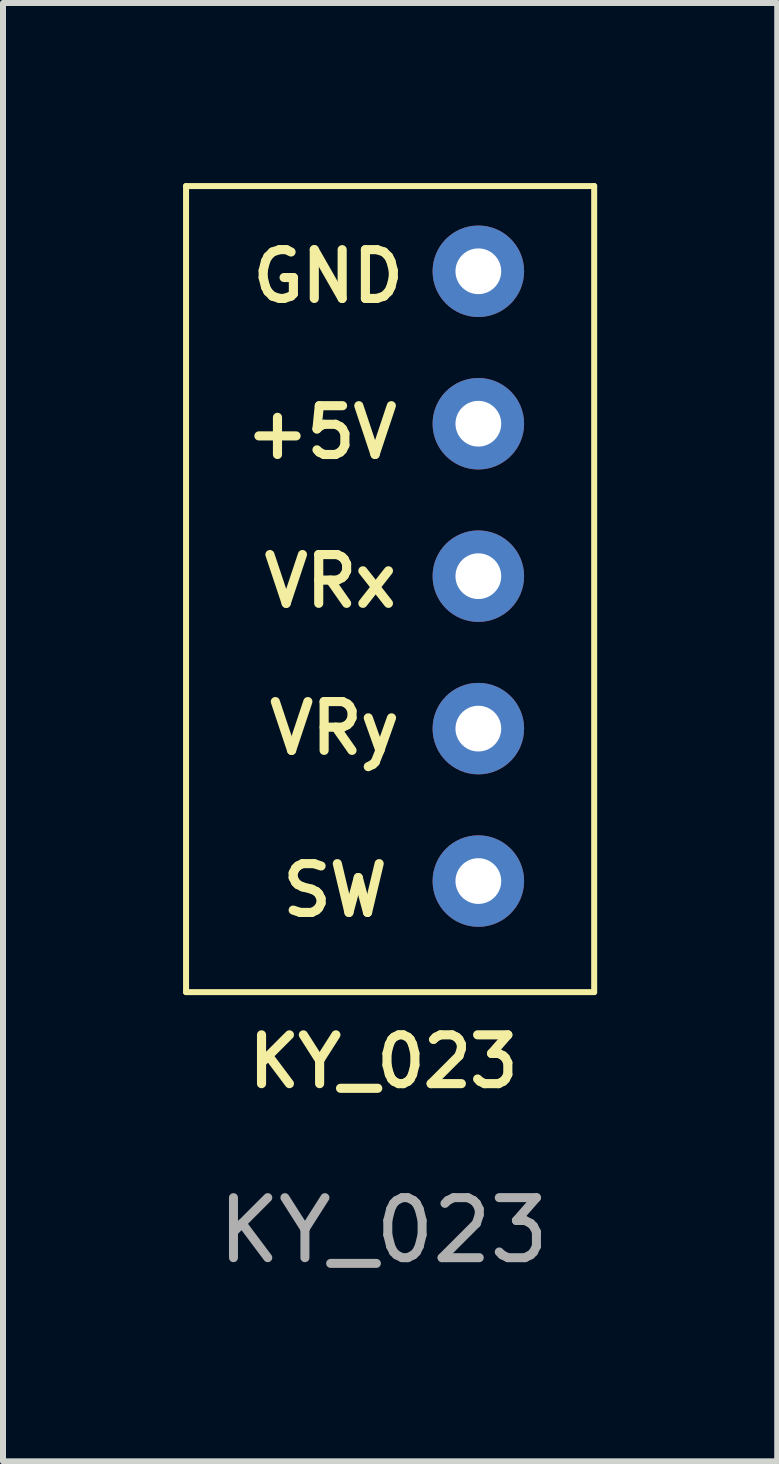
<source format=kicad_pcb>
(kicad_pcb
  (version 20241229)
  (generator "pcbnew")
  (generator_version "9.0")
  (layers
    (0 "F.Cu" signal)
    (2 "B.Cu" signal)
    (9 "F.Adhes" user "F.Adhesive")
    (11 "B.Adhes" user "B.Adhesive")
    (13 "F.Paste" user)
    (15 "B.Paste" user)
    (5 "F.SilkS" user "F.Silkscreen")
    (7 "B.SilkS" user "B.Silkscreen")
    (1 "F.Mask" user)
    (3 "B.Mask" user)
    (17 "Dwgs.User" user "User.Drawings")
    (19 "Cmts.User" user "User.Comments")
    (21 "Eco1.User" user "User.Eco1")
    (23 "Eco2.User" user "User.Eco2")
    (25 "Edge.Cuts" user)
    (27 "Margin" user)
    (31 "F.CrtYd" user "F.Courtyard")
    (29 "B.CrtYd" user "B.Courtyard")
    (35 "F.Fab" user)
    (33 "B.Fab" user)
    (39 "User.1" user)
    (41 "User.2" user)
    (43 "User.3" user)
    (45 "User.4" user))
  (footprint "KY_023"
    (layer "F.Cu")
    (at 4.92 14.17)
    (property "Reference" "KY_023" (at -1.58 0.467 0) (unlocked yes) (layer "F.SilkS") (effects (font (size 0.813 0.813) (thickness 0.152))))
    (attr through_hole)
    (fp_line (start -4.87 -14.12) (end 1.93 -14.12) (stroke (width 0.1) (type default)) (layer "F.SilkS"))
    (fp_line (start -4.87 -0.69) (end -4.87 -14.12) (stroke (width 0.1) (type default)) (layer "F.SilkS"))
    (fp_line (start 1.93 -14.12) (end 1.93 -0.69) (stroke (width 0.1) (type default)) (layer "F.SilkS"))
    (fp_line (start 1.93 -0.69) (end -4.87 -0.69) (stroke (width 0.1) (type default)) (layer "F.SilkS"))
    (fp_text user "VRy" (at -3.56 -4.61 0) (unlocked yes) (layer "F.SilkS") (effects (font (size 0.813 0.813) (thickness 0.152) (bold yes)) (justify left bottom)))
    (fp_text user "SW" (at -3.34 -1.91 0) (unlocked yes) (layer "F.SilkS") (effects (font (size 0.813 0.813) (thickness 0.152) (bold yes)) (justify left bottom)))
    (fp_text user "+5V" (at -3.95 -9.54 0) (unlocked yes) (layer "F.SilkS") (effects (font (size 0.813 0.813) (thickness 0.152) (bold yes)) (justify left bottom)))
    (fp_text user "GND" (at -3.84 -12.14 0) (unlocked yes) (layer "F.SilkS") (effects (font (size 0.813 0.813) (thickness 0.152) (bold yes)) (justify left bottom)))
    (fp_text user "VRx" (at -3.65 -7.06 0) (unlocked yes) (layer "F.SilkS") (effects (font (size 0.813 0.813) (thickness 0.152) (bold yes)) (justify left bottom)))
    (fp_text user "${REFERENCE}" (at -1.58 3.28 0) (unlocked yes) (layer "F.Fab") (effects (font (size 1 1) (thickness 0.15))))
    (pad "1" thru_hole circle (at 0 -12.7 270) (size 1.524 1.524) (drill 0.762) (layers "*.Cu" "*.Mask"))
    (pad "2" thru_hole circle (at 0 -10.16 270) (size 1.524 1.524) (drill 0.762) (layers "*.Cu" "*.Mask"))
    (pad "3" thru_hole circle (at 0 -7.62 270) (size 1.524 1.524) (drill 0.762) (layers "*.Cu" "*.Mask"))
    (pad "4" thru_hole circle (at 0 -5.08 270) (size 1.524 1.524) (drill 0.762) (layers "*.Cu" "*.Mask"))
    (pad "5" thru_hole circle (at 0 -2.54 270) (size 1.524 1.524) (drill 0.762) (layers "*.Cu" "*.Mask"))
    (zone (net_name "") (layer "F.SilkS") (hatch edge 0.5) (connect_pads) (min_thickness 0.25) (filled_areas_thickness no) (keepout (tracks allowed) (vias allowed) (pads not_allowed) (copperpour allowed) (footprints allowed)) (placement (enabled no)) (fill) (polygon (pts (xy 0.05 0.05) (xy 6.85 0.05) (xy 6.85 13.48) (xy 0.05 13.48)))))
  (gr_rect
    (start -3 -3)
    (end 9.9 21.298)
    (stroke (width 0.1) (type default))
    (fill no)
    (layer "Edge.Cuts")))
</source>
